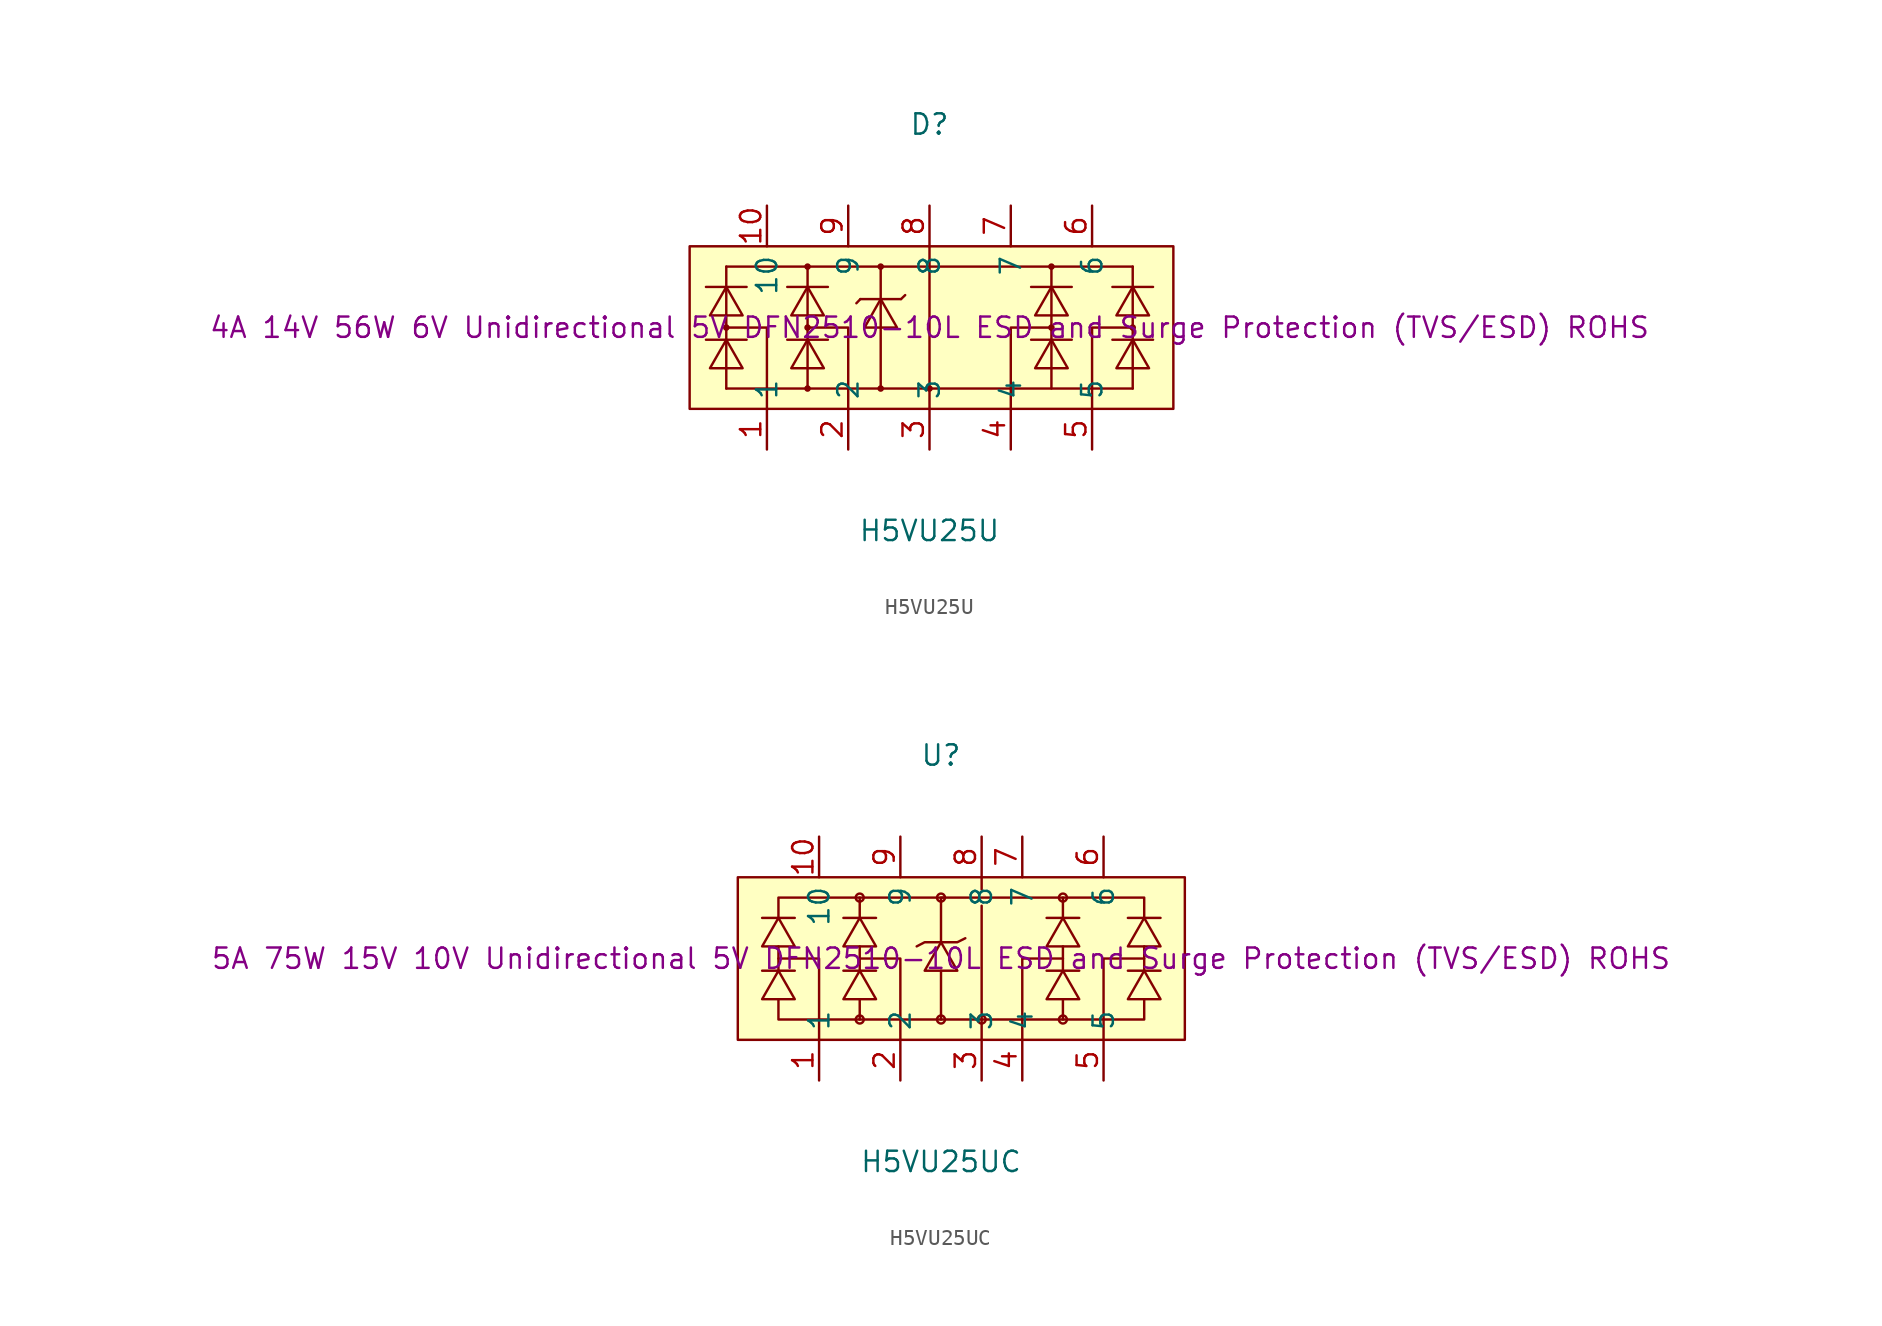
<source format=kicad_sym>
(kicad_symbol_lib
  (version 20241209)
  (generator "kicad_symbol_editor")
  (generator_version "9.0")
  (symbol "H5VU25U"
    (property "Reference" "D"
      (at 0 12.7 0)
      (effects (font (size 1.27 1.27))))
    (property "Value" "H5VU25U"
      (at 0 -12.7 0)
      (effects (font (size 1.27 1.27))))
    (property "Description" "4A 14V 56W 6V Unidirectional 5V DFN2510-10L ESD and Surge Protection (TVS/ESD) ROHS"
      (at 0 0 0)
      (effects (font (size 1.27 1.27))))
    (symbol "H5VU25U_0_1"
      (rectangle (start -14.99 5.08) (end 15.24 -5.08) (stroke (width 0) (type default)) (fill (type background)))
      (polyline (pts (xy -13.97 2.54) (xy -11.43 2.54)) (stroke (width 0) (type default)) (fill (type none)))
      (polyline (pts (xy -13.97 -0.76) (xy -11.43 -0.76)) (stroke (width 0) (type default)) (fill (type none)))
      (polyline (pts (xy -13.72 0.76) (xy -12.7 2.54) (xy -11.68 0.76) (xy -13.72 0.76)) (stroke (width 0) (type default)) (fill (type background)))
      (polyline (pts (xy -13.72 -2.54) (xy -12.7 -0.76) (xy -11.68 -2.54) (xy -13.72 -2.54)) (stroke (width 0) (type default)) (fill (type background)))
      (polyline (pts (xy -12.7 3.81) (xy 12.7 3.81)) (stroke (width 0) (type default)) (fill (type none)))
      (circle (center -12.7 0) (radius 0.13) (stroke (width 0) (type default)) (fill (type none)))
      (polyline (pts (xy -12.7 0) (xy -10.16 0) (xy -10.16 -3.81)) (stroke (width 0) (type default)) (fill (type none)))
      (polyline (pts (xy -12.7 -3.81) (xy -12.7 3.81)) (stroke (width 0) (type default)) (fill (type none)))
      (polyline (pts (xy -12.7 -3.81) (xy 12.7 -3.81)) (stroke (width 0) (type default)) (fill (type none)))
      (polyline (pts (xy -10.16 -3.81) (xy -10.16 -5.08)) (stroke (width 0) (type default)) (fill (type none)))
      (polyline (pts (xy -8.89 2.54) (xy -6.35 2.54)) (stroke (width 0) (type default)) (fill (type none)))
      (polyline (pts (xy -8.89 -0.76) (xy -6.35 -0.76)) (stroke (width 0) (type default)) (fill (type none)))
      (polyline (pts (xy -8.64 0.76) (xy -7.62 2.54) (xy -6.6 0.76) (xy -8.64 0.76)) (stroke (width 0) (type default)) (fill (type background)))
      (polyline (pts (xy -8.64 -2.54) (xy -7.62 -0.76) (xy -6.6 -2.54) (xy -8.64 -2.54)) (stroke (width 0) (type default)) (fill (type background)))
      (circle (center -7.62 3.81) (radius 0.13) (stroke (width 0) (type default)) (fill (type none)))
      (circle (center -7.62 0) (radius 0.13) (stroke (width 0) (type default)) (fill (type none)))
      (polyline (pts (xy -7.62 0) (xy -5.08 0) (xy -5.08 -3.81)) (stroke (width 0) (type default)) (fill (type none)))
      (circle (center -7.62 -3.81) (radius 0.13) (stroke (width 0) (type default)) (fill (type none)))
      (polyline (pts (xy -7.62 -3.81) (xy -7.62 3.81)) (stroke (width 0) (type default)) (fill (type none)))
      (polyline (pts (xy -5.08 -3.81) (xy -5.08 -5.08)) (stroke (width 0) (type default)) (fill (type none)))
      (polyline (pts (xy -4.32 1.78) (xy -4.57 1.52)) (stroke (width 0) (type default)) (fill (type none)))
      (polyline (pts (xy -4.32 1.78) (xy -1.78 1.78)) (stroke (width 0) (type default)) (fill (type none)))
      (polyline (pts (xy -4.06 0) (xy -3.05 1.78) (xy -2.03 0) (xy -4.06 0)) (stroke (width 0) (type default)) (fill (type background)))
      (circle (center -3.05 3.81) (radius 0.13) (stroke (width 0) (type default)) (fill (type none)))
      (circle (center -3.05 -3.81) (radius 0.13) (stroke (width 0) (type default)) (fill (type none)))
      (polyline (pts (xy -3.05 -3.81) (xy -3.05 3.81)) (stroke (width 0) (type default)) (fill (type none)))
      (polyline (pts (xy -1.78 1.78) (xy -1.52 2.03)) (stroke (width 0) (type default)) (fill (type none)))
      (polyline (pts (xy 0 5.08) (xy 0 -5.08)) (stroke (width 0) (type default)) (fill (type none)))
      (circle (center 0 -3.81) (radius 0.13) (stroke (width 0) (type default)) (fill (type none)))
      (polyline (pts (xy 5.08 -3.81) (xy 5.08 -5.08)) (stroke (width 0) (type default)) (fill (type none)))
      (polyline (pts (xy 6.35 2.54) (xy 8.89 2.54)) (stroke (width 0) (type default)) (fill (type none)))
      (polyline (pts (xy 6.35 -0.76) (xy 8.89 -0.76)) (stroke (width 0) (type default)) (fill (type none)))
      (polyline (pts (xy 6.6 0.76) (xy 7.62 2.54) (xy 8.64 0.76) (xy 6.6 0.76)) (stroke (width 0) (type default)) (fill (type background)))
      (polyline (pts (xy 6.6 -2.54) (xy 7.62 -0.76) (xy 8.64 -2.54) (xy 6.6 -2.54)) (stroke (width 0) (type default)) (fill (type background)))
      (circle (center 7.62 3.81) (radius 0.13) (stroke (width 0) (type default)) (fill (type none)))
      (polyline (pts (xy 7.62 0) (xy 5.08 0) (xy 5.08 -3.81)) (stroke (width 0) (type default)) (fill (type none)))
      (circle (center 7.62 0) (radius 0.13) (stroke (width 0) (type default)) (fill (type none)))
      (polyline (pts (xy 7.62 -3.81) (xy 7.62 3.81)) (stroke (width 0) (type default)) (fill (type none)))
      (polyline (pts (xy 11.43 2.54) (xy 13.97 2.54)) (stroke (width 0) (type default)) (fill (type none)))
      (polyline (pts (xy 11.43 -0.76) (xy 13.97 -0.76)) (stroke (width 0) (type default)) (fill (type none)))
      (polyline (pts (xy 11.68 0.76) (xy 12.7 2.54) (xy 13.72 0.76) (xy 11.68 0.76)) (stroke (width 0) (type default)) (fill (type background)))
      (polyline (pts (xy 11.68 -2.54) (xy 12.7 -0.76) (xy 13.72 -2.54) (xy 11.68 -2.54)) (stroke (width 0) (type default)) (fill (type background)))
      (polyline (pts (xy 12.7 0) (xy 10.16 0) (xy 10.16 -5.08)) (stroke (width 0) (type default)) (fill (type none)))
      (circle (center 12.7 0) (radius 0.13) (stroke (width 0) (type default)) (fill (type none)))
      (polyline (pts (xy 12.7 -3.81) (xy 12.7 3.81)) (stroke (width 0) (type default)) (fill (type none)))
      (pin unspecified line (at -10.16 7.62 270) (length 2.54) (name "10" (effects (font (size 1.27 1.27)))) (number "10" (effects (font (size 1.27 1.27)))))
      (pin unspecified line (at -10.16 -7.62 90) (length 2.54) (name "1" (effects (font (size 1.27 1.27)))) (number "1" (effects (font (size 1.27 1.27)))))
      (pin unspecified line (at -5.08 7.62 270) (length 2.54) (name "9" (effects (font (size 1.27 1.27)))) (number "9" (effects (font (size 1.27 1.27)))))
      (pin unspecified line (at -5.08 -7.62 90) (length 2.54) (name "2" (effects (font (size 1.27 1.27)))) (number "2" (effects (font (size 1.27 1.27)))))
      (pin unspecified line (at 0 7.62 270) (length 2.54) (name "8" (effects (font (size 1.27 1.27)))) (number "8" (effects (font (size 1.27 1.27)))))
      (pin unspecified line (at 0 -7.62 90) (length 2.54) (name "3" (effects (font (size 1.27 1.27)))) (number "3" (effects (font (size 1.27 1.27)))))
      (pin unspecified line (at 5.08 7.62 270) (length 2.54) (name "7" (effects (font (size 1.27 1.27)))) (number "7" (effects (font (size 1.27 1.27)))))
      (pin unspecified line (at 5.08 -7.62 90) (length 2.54) (name "4" (effects (font (size 1.27 1.27)))) (number "4" (effects (font (size 1.27 1.27)))))
      (pin unspecified line (at 10.16 7.62 270) (length 2.54) (name "6" (effects (font (size 1.27 1.27)))) (number "6" (effects (font (size 1.27 1.27)))))
      (pin unspecified line (at 10.16 -7.62 90) (length 2.54) (name "5" (effects (font (size 1.27 1.27)))) (number "5" (effects (font (size 1.27 1.27)))))))
  (symbol "H5VU25UC"
    (property "Reference" "U"
      (at 0 12.7 0)
      (effects (font (size 1.27 1.27))))
    (property "Value" "H5VU25UC"
      (at 0 -12.7 0)
      (effects (font (size 1.27 1.27))))
    (property "Description" "5A 75W 15V 10V Unidirectional 5V DFN2510-10L ESD and Surge Protection (TVS/ESD) ROHS"
      (at 0 0 0)
      (effects (font (size 1.27 1.27))))
    (symbol "H5VU25UC_0_1"
      (rectangle (start -12.7 5.08) (end 15.24 -5.08) (stroke (width 0) (type default)) (fill (type background)))
      (polyline (pts (xy -11.18 2.54) (xy -9.14 2.54)) (stroke (width 0) (type default)) (fill (type none)))
      (polyline (pts (xy -11.18 0.76) (xy -10.16 2.54) (xy -9.14 0.76) (xy -11.18 0.76)) (stroke (width 0) (type default)) (fill (type background)))
      (polyline (pts (xy -11.18 -0.76) (xy -9.14 -0.76)) (stroke (width 0) (type default)) (fill (type none)))
      (polyline (pts (xy -11.18 -2.54) (xy -10.16 -0.76) (xy -9.14 -2.54) (xy -11.18 -2.54)) (stroke (width 0) (type default)) (fill (type background)))
      (polyline (pts (xy -10.16 2.54) (xy -10.16 3.81) (xy 10.16 3.81) (xy 12.7 3.81) (xy 12.7 2.54)) (stroke (width 0) (type default)) (fill (type none)))
      (polyline (pts (xy -10.16 0.76) (xy -10.16 -0.76)) (stroke (width 0) (type default)) (fill (type none)))
      (polyline (pts (xy -10.16 0) (xy -7.62 0) (xy -7.62 -5.08) (xy -7.62 -5.08)) (stroke (width 0) (type default)) (fill (type none)))
      (polyline (pts (xy -6.1 2.54) (xy -4.06 2.54)) (stroke (width 0) (type default)) (fill (type none)))
      (polyline (pts (xy -6.1 0.76) (xy -5.08 2.54) (xy -4.06 0.76) (xy -6.1 0.76)) (stroke (width 0) (type default)) (fill (type background)))
      (polyline (pts (xy -6.1 -0.76) (xy -4.06 -0.76)) (stroke (width 0) (type default)) (fill (type none)))
      (polyline (pts (xy -6.1 -2.54) (xy -5.08 -0.76) (xy -4.06 -2.54) (xy -6.1 -2.54)) (stroke (width 0) (type default)) (fill (type background)))
      (circle (center -5.08 3.81) (radius 0.25) (stroke (width 0) (type default)) (fill (type none)))
      (polyline (pts (xy -5.08 2.54) (xy -5.08 3.81)) (stroke (width 0) (type default)) (fill (type none)))
      (polyline (pts (xy -5.08 0.76) (xy -5.08 -0.76)) (stroke (width 0) (type default)) (fill (type none)))
      (polyline (pts (xy -5.08 0) (xy -2.54 0) (xy -2.54 -5.08)) (stroke (width 0) (type default)) (fill (type none)))
      (polyline (pts (xy -5.08 -2.54) (xy -5.08 -3.81)) (stroke (width 0) (type default)) (fill (type none)))
      (circle (center -5.08 -3.81) (radius 0.25) (stroke (width 0) (type default)) (fill (type none)))
      (polyline (pts (xy -1.52 0.76) (xy -1.02 1.02) (xy 1.02 1.02) (xy 1.52 1.27)) (stroke (width 0) (type default)) (fill (type none)))
      (polyline (pts (xy -1.02 -0.76) (xy 0 1.02) (xy 1.02 -0.76) (xy -1.02 -0.76)) (stroke (width 0) (type default)) (fill (type background)))
      (circle (center 0 3.81) (radius 0.25) (stroke (width 0) (type default)) (fill (type none)))
      (polyline (pts (xy 0 1.02) (xy 0 3.81) (xy 0.25 3.81) (xy 0 3.81)) (stroke (width 0) (type default)) (fill (type none)))
      (polyline (pts (xy 0 -0.76) (xy 0 -3.81)) (stroke (width 0) (type default)) (fill (type none)))
      (circle (center 0 -3.81) (radius 0.25) (stroke (width 0) (type default)) (fill (type none)))
      (polyline (pts (xy 2.54 4.32)) (stroke (width 0) (type default)) (fill (type background)))
      (polyline (pts (xy 2.54 4.32) (xy 2.54 5.08)) (stroke (width 0) (type default)) (fill (type none)))
      (polyline (pts (xy 2.54 -3.81) (xy 2.54 3.3)) (stroke (width 0) (type default)) (fill (type none)))
      (polyline (pts (xy 2.54 -3.81) (xy 2.54 -5.08)) (stroke (width 0) (type default)) (fill (type none)))
      (circle (center 2.54 -3.81) (radius 0.25) (stroke (width 0) (type default)) (fill (type none)))
      (polyline (pts (xy 6.6 2.54) (xy 8.64 2.54)) (stroke (width 0) (type default)) (fill (type none)))
      (polyline (pts (xy 6.6 0.76) (xy 7.62 2.54) (xy 8.64 0.76) (xy 6.6 0.76)) (stroke (width 0) (type default)) (fill (type background)))
      (polyline (pts (xy 6.6 -0.76) (xy 8.64 -0.76)) (stroke (width 0) (type default)) (fill (type none)))
      (polyline (pts (xy 6.6 -2.54) (xy 7.62 -0.76) (xy 8.64 -2.54) (xy 6.6 -2.54)) (stroke (width 0) (type default)) (fill (type background)))
      (circle (center 7.62 3.81) (radius 0.25) (stroke (width 0) (type default)) (fill (type none)))
      (polyline (pts (xy 7.62 2.54) (xy 7.62 3.81)) (stroke (width 0) (type default)) (fill (type none)))
      (polyline (pts (xy 7.62 0) (xy 5.08 0) (xy 5.08 -5.08)) (stroke (width 0) (type default)) (fill (type none)))
      (polyline (pts (xy 7.62 -0.76) (xy 7.62 0.76)) (stroke (width 0) (type default)) (fill (type none)))
      (polyline (pts (xy 7.62 -2.54) (xy 7.62 -3.81)) (stroke (width 0) (type default)) (fill (type none)))
      (circle (center 7.62 -3.81) (radius 0.25) (stroke (width 0) (type default)) (fill (type none)))
      (polyline (pts (xy 11.68 2.54) (xy 13.72 2.54)) (stroke (width 0) (type default)) (fill (type none)))
      (polyline (pts (xy 11.68 0.76) (xy 12.7 2.54) (xy 13.72 0.76) (xy 11.68 0.76)) (stroke (width 0) (type default)) (fill (type background)))
      (polyline (pts (xy 11.68 -0.76) (xy 13.72 -0.76)) (stroke (width 0) (type default)) (fill (type none)))
      (polyline (pts (xy 11.68 -2.54) (xy 12.7 -0.76) (xy 13.72 -2.54) (xy 11.68 -2.54)) (stroke (width 0) (type default)) (fill (type background)))
      (polyline (pts (xy 12.7 0) (xy 10.16 0) (xy 10.16 -5.08)) (stroke (width 0) (type default)) (fill (type none)))
      (polyline (pts (xy 12.7 -0.76) (xy 12.7 0.76)) (stroke (width 0) (type default)) (fill (type none)))
      (polyline (pts (xy 12.7 -2.54) (xy 12.7 -3.81) (xy 10.16 -3.81) (xy -10.16 -3.81) (xy -10.16 -2.54)) (stroke (width 0) (type default)) (fill (type none)))
      (pin unspecified line (at -7.62 7.62 270) (length 2.54) (name "10" (effects (font (size 1.27 1.27)))) (number "10" (effects (font (size 1.27 1.27)))))
      (pin unspecified line (at -7.62 -7.62 90) (length 2.54) (name "1" (effects (font (size 1.27 1.27)))) (number "1" (effects (font (size 1.27 1.27)))))
      (pin unspecified line (at -2.54 7.62 270) (length 2.54) (name "9" (effects (font (size 1.27 1.27)))) (number "9" (effects (font (size 1.27 1.27)))))
      (pin unspecified line (at -2.54 -7.62 90) (length 2.54) (name "2" (effects (font (size 1.27 1.27)))) (number "2" (effects (font (size 1.27 1.27)))))
      (pin unspecified line (at 2.54 7.62 270) (length 2.54) (name "8" (effects (font (size 1.27 1.27)))) (number "8" (effects (font (size 1.27 1.27)))))
      (pin unspecified line (at 2.54 -7.62 90) (length 2.54) (name "3" (effects (font (size 1.27 1.27)))) (number "3" (effects (font (size 1.27 1.27)))))
      (pin unspecified line (at 5.08 7.62 270) (length 2.54) (name "7" (effects (font (size 1.27 1.27)))) (number "7" (effects (font (size 1.27 1.27)))))
      (pin unspecified line (at 5.08 -7.62 90) (length 2.54) (name "4" (effects (font (size 1.27 1.27)))) (number "4" (effects (font (size 1.27 1.27)))))
      (pin unspecified line (at 10.16 7.62 270) (length 2.54) (name "6" (effects (font (size 1.27 1.27)))) (number "6" (effects (font (size 1.27 1.27)))))
      (pin unspecified line (at 10.16 -7.62 90) (length 2.54) (name "5" (effects (font (size 1.27 1.27)))) (number "5" (effects (font (size 1.27 1.27))))))))
</source>
